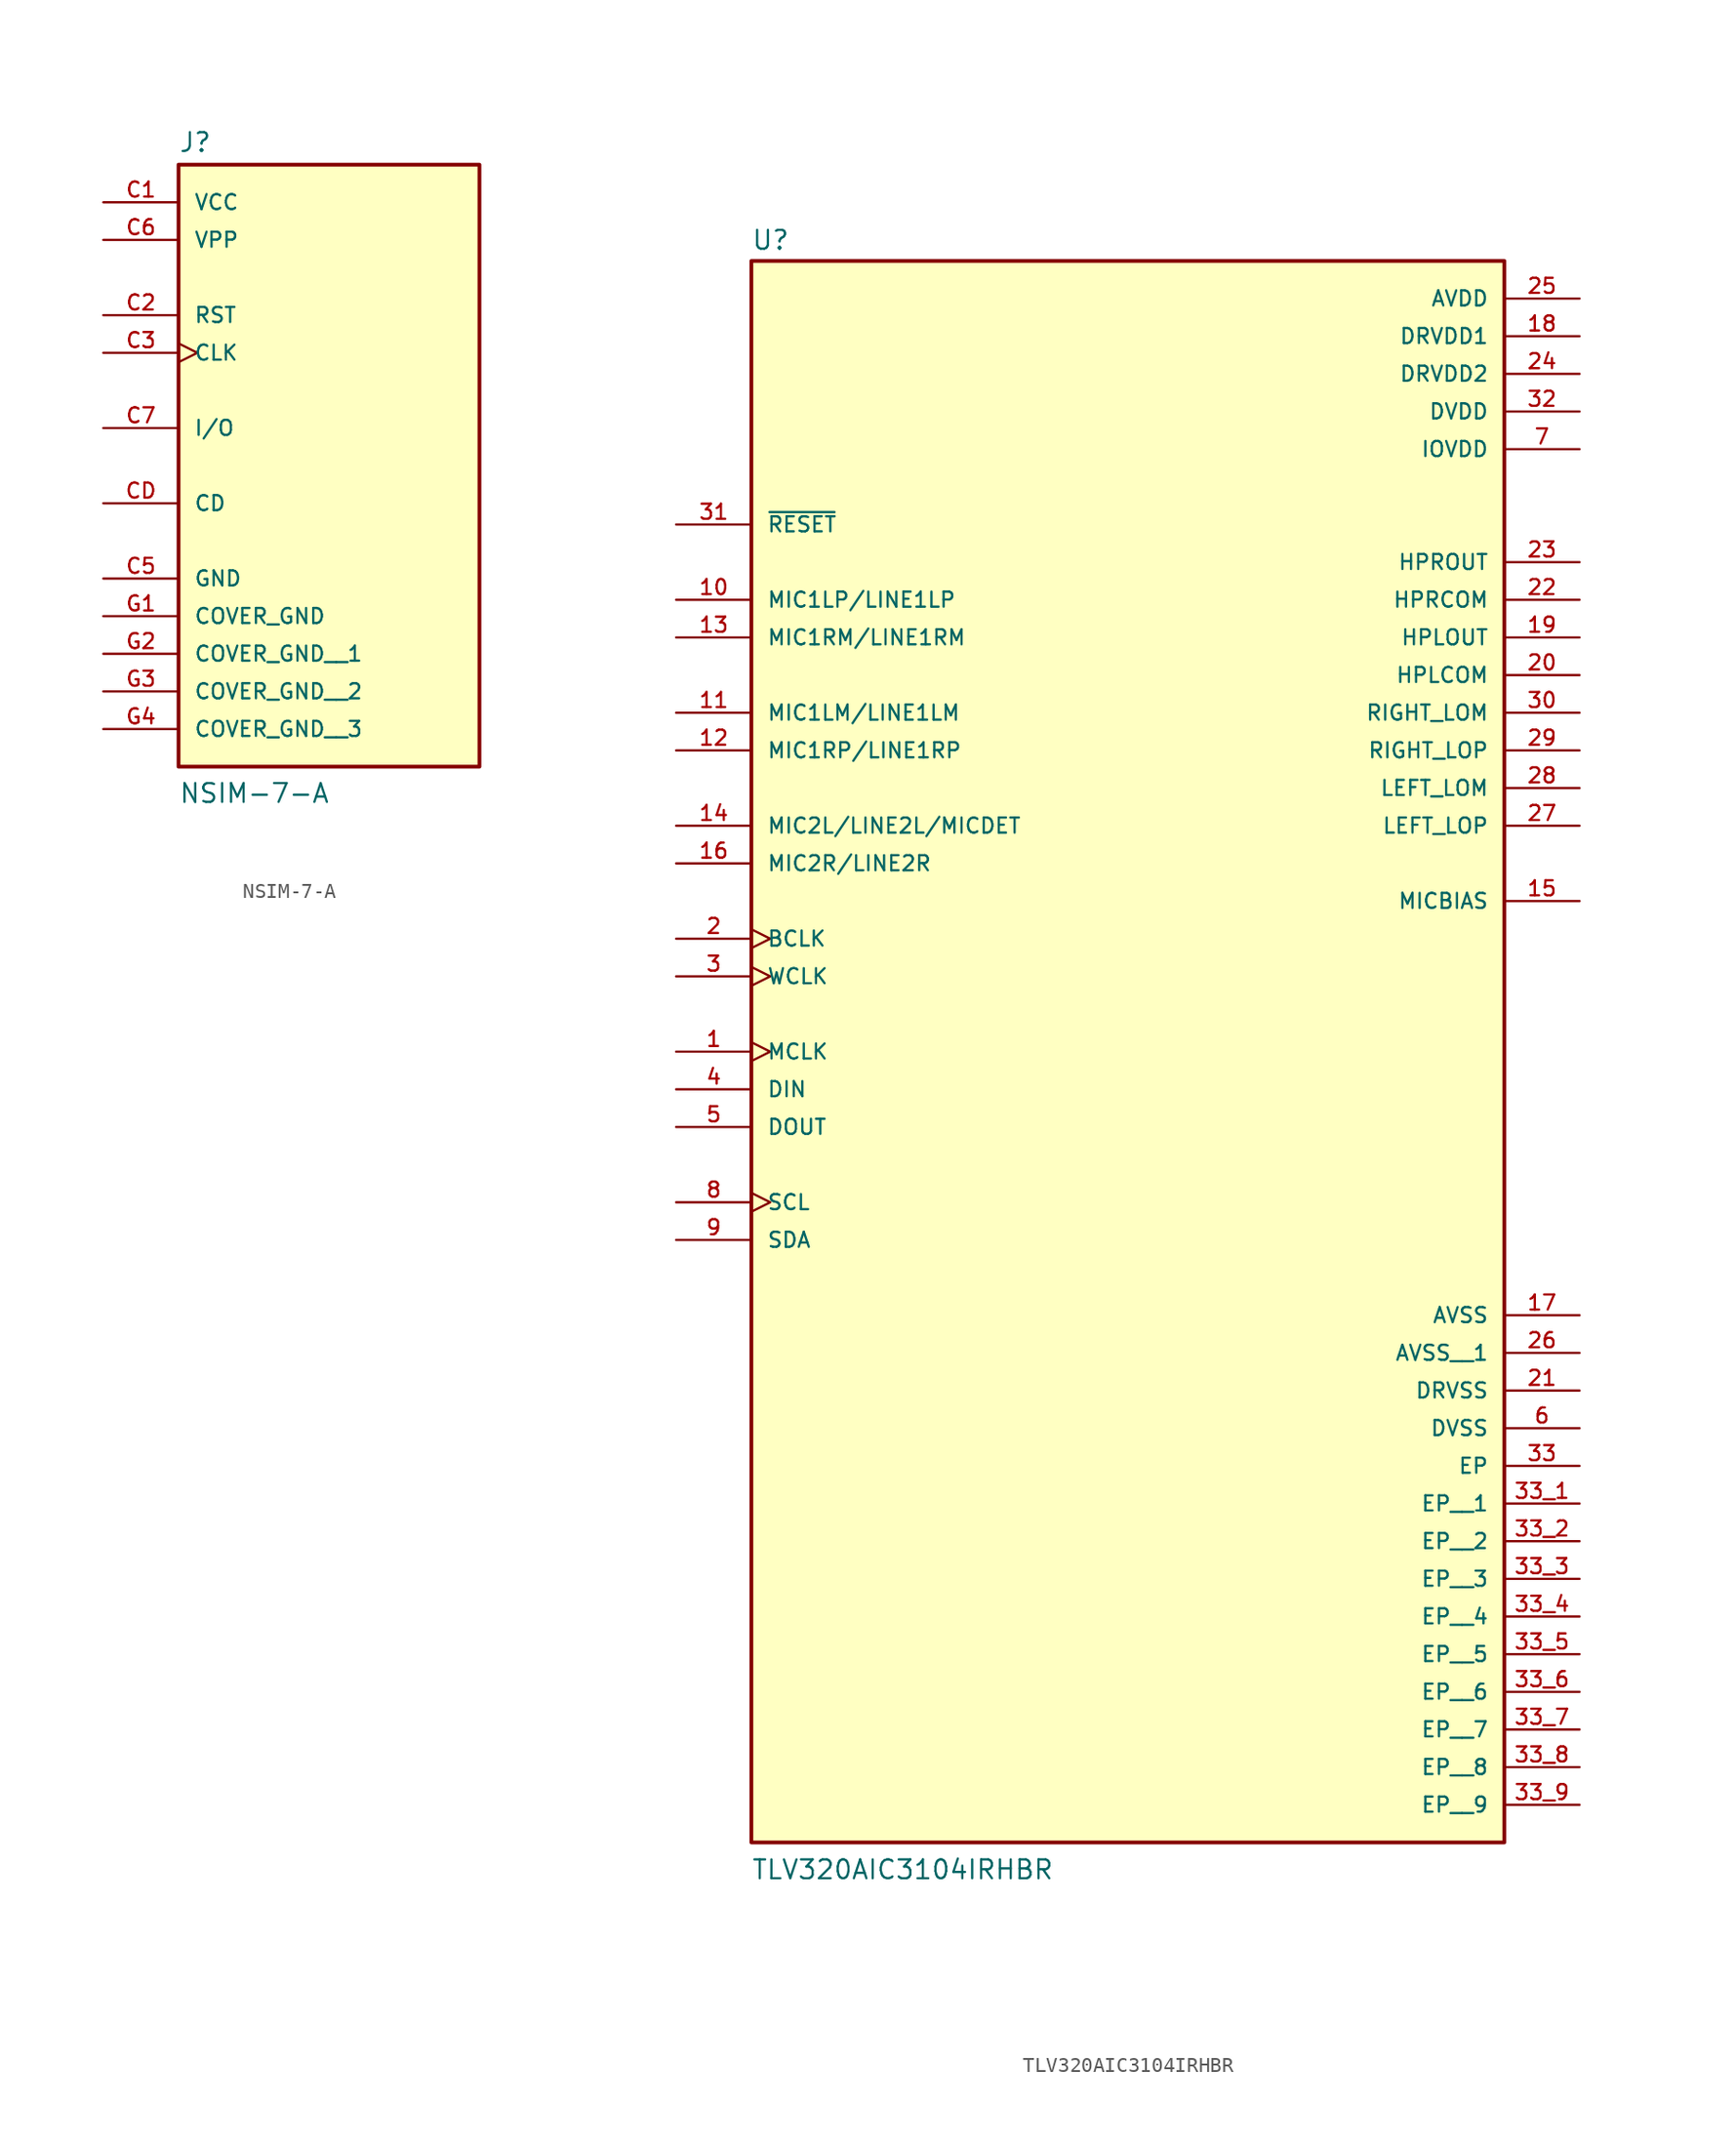
<source format=kicad_sym>
(kicad_symbol_lib
  (version 20231120)
  (generator "kicad_symbol_editor")
  (generator_version "8.0")
  (symbol "NSIM-7-A"
    (pin_names
      (offset 1.016))
    (property "Reference" "J"
      (at -10.16 16.002 0)
      (effects (font (size 1.27 1.27)) (justify left bottom)))
    (property "Value" "NSIM-7-A"
      (at -10.16 -27.94 0)
      (effects (font (size 1.27 1.27)) (justify left bottom)))
    (symbol "NSIM-7-A_0_0"
      (rectangle (start -10.16 -25.4) (end 10.16 15.24) (stroke (width 0.254) (type default)) (fill (type background)))
      (pin power_in line (at -15.24 12.7 0) (length 5.08) (name "VCC" (effects (font (size 1.016 1.016)))) (number "C1" (effects (font (size 1.016 1.016)))))
      (pin input line (at -15.24 5.08 0) (length 5.08) (name "RST" (effects (font (size 1.016 1.016)))) (number "C2" (effects (font (size 1.016 1.016)))))
      (pin input clock (at -15.24 2.54 0) (length 5.08) (name "CLK" (effects (font (size 1.016 1.016)))) (number "C3" (effects (font (size 1.016 1.016)))))
      (pin power_in line (at -15.24 -12.7 0) (length 5.08) (name "GND" (effects (font (size 1.016 1.016)))) (number "C5" (effects (font (size 1.016 1.016)))))
      (pin power_in line (at -15.24 10.16 0) (length 5.08) (name "VPP" (effects (font (size 1.016 1.016)))) (number "C6" (effects (font (size 1.016 1.016)))))
      (pin bidirectional line (at -15.24 -2.54 0) (length 5.08) (name "I/O" (effects (font (size 1.016 1.016)))) (number "C7" (effects (font (size 1.016 1.016)))))
      (pin passive line (at -15.24 -7.62 0) (length 5.08) (name "CD" (effects (font (size 1.016 1.016)))) (number "CD" (effects (font (size 1.016 1.016)))))
      (pin power_in line (at -15.24 -15.24 0) (length 5.08) (name "COVER_GND" (effects (font (size 1.016 1.016)))) (number "G1" (effects (font (size 1.016 1.016)))))
      (pin power_in line (at -15.24 -17.78 0) (length 5.08) (name "COVER_GND__1" (effects (font (size 1.016 1.016)))) (number "G2" (effects (font (size 1.016 1.016)))))
      (pin power_in line (at -15.24 -20.32 0) (length 5.08) (name "COVER_GND__2" (effects (font (size 1.016 1.016)))) (number "G3" (effects (font (size 1.016 1.016)))))
      (pin power_in line (at -15.24 -22.86 0) (length 5.08) (name "COVER_GND__3" (effects (font (size 1.016 1.016)))) (number "G4" (effects (font (size 1.016 1.016)))))))
  (symbol "TLV320AIC3104IRHBR"
    (pin_names
      (offset 1.016))
    (property "Reference" "U"
      (at -25.415 41.3 0)
      (effects (font (size 1.27 1.27)) (justify left bottom)))
    (property "Value" "TLV320AIC3104IRHBR"
      (at -25.42 -68.615 0)
      (effects (font (size 1.27 1.27)) (justify left bottom)))
    (symbol "TLV320AIC3104IRHBR_0_0"
      (rectangle (start -25.4 -66.04) (end 25.4 40.64) (stroke (width 0.254) (type default)) (fill (type background)))
      (pin input clock (at -30.48 -12.7 0) (length 5.08) (name "MCLK" (effects (font (size 1.016 1.016)))) (number "1" (effects (font (size 1.016 1.016)))))
      (pin input line (at -30.48 17.78 0) (length 5.08) (name "MIC1LP/LINE1LP" (effects (font (size 1.016 1.016)))) (number "10" (effects (font (size 1.016 1.016)))))
      (pin input line (at -30.48 10.16 0) (length 5.08) (name "MIC1LM/LINE1LM" (effects (font (size 1.016 1.016)))) (number "11" (effects (font (size 1.016 1.016)))))
      (pin input line (at -30.48 7.62 0) (length 5.08) (name "MIC1RP/LINE1RP" (effects (font (size 1.016 1.016)))) (number "12" (effects (font (size 1.016 1.016)))))
      (pin input line (at -30.48 15.24 0) (length 5.08) (name "MIC1RM/LINE1RM" (effects (font (size 1.016 1.016)))) (number "13" (effects (font (size 1.016 1.016)))))
      (pin input line (at -30.48 2.54 0) (length 5.08) (name "MIC2L/LINE2L/MICDET" (effects (font (size 1.016 1.016)))) (number "14" (effects (font (size 1.016 1.016)))))
      (pin output line (at 30.48 -2.54 180) (length 5.08) (name "MICBIAS" (effects (font (size 1.016 1.016)))) (number "15" (effects (font (size 1.016 1.016)))))
      (pin input line (at -30.48 0 0) (length 5.08) (name "MIC2R/LINE2R" (effects (font (size 1.016 1.016)))) (number "16" (effects (font (size 1.016 1.016)))))
      (pin power_in line (at 30.48 -30.48 180) (length 5.08) (name "AVSS" (effects (font (size 1.016 1.016)))) (number "17" (effects (font (size 1.016 1.016)))))
      (pin power_in line (at 30.48 35.56 180) (length 5.08) (name "DRVDD1" (effects (font (size 1.016 1.016)))) (number "18" (effects (font (size 1.016 1.016)))))
      (pin output line (at 30.48 15.24 180) (length 5.08) (name "HPLOUT" (effects (font (size 1.016 1.016)))) (number "19" (effects (font (size 1.016 1.016)))))
      (pin bidirectional clock (at -30.48 -5.08 0) (length 5.08) (name "BCLK" (effects (font (size 1.016 1.016)))) (number "2" (effects (font (size 1.016 1.016)))))
      (pin output line (at 30.48 12.7 180) (length 5.08) (name "HPLCOM" (effects (font (size 1.016 1.016)))) (number "20" (effects (font (size 1.016 1.016)))))
      (pin power_in line (at 30.48 -35.56 180) (length 5.08) (name "DRVSS" (effects (font (size 1.016 1.016)))) (number "21" (effects (font (size 1.016 1.016)))))
      (pin output line (at 30.48 17.78 180) (length 5.08) (name "HPRCOM" (effects (font (size 1.016 1.016)))) (number "22" (effects (font (size 1.016 1.016)))))
      (pin output line (at 30.48 20.32 180) (length 5.08) (name "HPROUT" (effects (font (size 1.016 1.016)))) (number "23" (effects (font (size 1.016 1.016)))))
      (pin power_in line (at 30.48 33.02 180) (length 5.08) (name "DRVDD2" (effects (font (size 1.016 1.016)))) (number "24" (effects (font (size 1.016 1.016)))))
      (pin power_in line (at 30.48 38.1 180) (length 5.08) (name "AVDD" (effects (font (size 1.016 1.016)))) (number "25" (effects (font (size 1.016 1.016)))))
      (pin power_in line (at 30.48 -33.02 180) (length 5.08) (name "AVSS__1" (effects (font (size 1.016 1.016)))) (number "26" (effects (font (size 1.016 1.016)))))
      (pin output line (at 30.48 2.54 180) (length 5.08) (name "LEFT_LOP" (effects (font (size 1.016 1.016)))) (number "27" (effects (font (size 1.016 1.016)))))
      (pin output line (at 30.48 5.08 180) (length 5.08) (name "LEFT_LOM" (effects (font (size 1.016 1.016)))) (number "28" (effects (font (size 1.016 1.016)))))
      (pin output line (at 30.48 7.62 180) (length 5.08) (name "RIGHT_LOP" (effects (font (size 1.016 1.016)))) (number "29" (effects (font (size 1.016 1.016)))))
      (pin bidirectional clock (at -30.48 -7.62 0) (length 5.08) (name "WCLK" (effects (font (size 1.016 1.016)))) (number "3" (effects (font (size 1.016 1.016)))))
      (pin output line (at 30.48 10.16 180) (length 5.08) (name "RIGHT_LOM" (effects (font (size 1.016 1.016)))) (number "30" (effects (font (size 1.016 1.016)))))
      (pin input line (at -30.48 22.86 0) (length 5.08) (name "~{RESET}" (effects (font (size 1.016 1.016)))) (number "31" (effects (font (size 1.016 1.016)))))
      (pin power_in line (at 30.48 30.48 180) (length 5.08) (name "DVDD" (effects (font (size 1.016 1.016)))) (number "32" (effects (font (size 1.016 1.016)))))
      (pin power_in line (at 30.48 -40.64 180) (length 5.08) (name "EP" (effects (font (size 1.016 1.016)))) (number "33" (effects (font (size 1.016 1.016)))))
      (pin power_in line (at 30.48 -43.18 180) (length 5.08) (name "EP__1" (effects (font (size 1.016 1.016)))) (number "33_1" (effects (font (size 1.016 1.016)))))
      (pin power_in line (at 30.48 -45.72 180) (length 5.08) (name "EP__2" (effects (font (size 1.016 1.016)))) (number "33_2" (effects (font (size 1.016 1.016)))))
      (pin power_in line (at 30.48 -48.26 180) (length 5.08) (name "EP__3" (effects (font (size 1.016 1.016)))) (number "33_3" (effects (font (size 1.016 1.016)))))
      (pin power_in line (at 30.48 -50.8 180) (length 5.08) (name "EP__4" (effects (font (size 1.016 1.016)))) (number "33_4" (effects (font (size 1.016 1.016)))))
      (pin power_in line (at 30.48 -53.34 180) (length 5.08) (name "EP__5" (effects (font (size 1.016 1.016)))) (number "33_5" (effects (font (size 1.016 1.016)))))
      (pin power_in line (at 30.48 -55.88 180) (length 5.08) (name "EP__6" (effects (font (size 1.016 1.016)))) (number "33_6" (effects (font (size 1.016 1.016)))))
      (pin power_in line (at 30.48 -58.42 180) (length 5.08) (name "EP__7" (effects (font (size 1.016 1.016)))) (number "33_7" (effects (font (size 1.016 1.016)))))
      (pin power_in line (at 30.48 -60.96 180) (length 5.08) (name "EP__8" (effects (font (size 1.016 1.016)))) (number "33_8" (effects (font (size 1.016 1.016)))))
      (pin power_in line (at 30.48 -63.5 180) (length 5.08) (name "EP__9" (effects (font (size 1.016 1.016)))) (number "33_9" (effects (font (size 1.016 1.016)))))
      (pin input line (at -30.48 -15.24 0) (length 5.08) (name "DIN" (effects (font (size 1.016 1.016)))) (number "4" (effects (font (size 1.016 1.016)))))
      (pin output line (at -30.48 -17.78 0) (length 5.08) (name "DOUT" (effects (font (size 1.016 1.016)))) (number "5" (effects (font (size 1.016 1.016)))))
      (pin power_in line (at 30.48 -38.1 180) (length 5.08) (name "DVSS" (effects (font (size 1.016 1.016)))) (number "6" (effects (font (size 1.016 1.016)))))
      (pin power_in line (at 30.48 27.94 180) (length 5.08) (name "IOVDD" (effects (font (size 1.016 1.016)))) (number "7" (effects (font (size 1.016 1.016)))))
      (pin bidirectional clock (at -30.48 -22.86 0) (length 5.08) (name "SCL" (effects (font (size 1.016 1.016)))) (number "8" (effects (font (size 1.016 1.016)))))
      (pin bidirectional line (at -30.48 -25.4 0) (length 5.08) (name "SDA" (effects (font (size 1.016 1.016)))) (number "9" (effects (font (size 1.016 1.016))))))))
</source>
